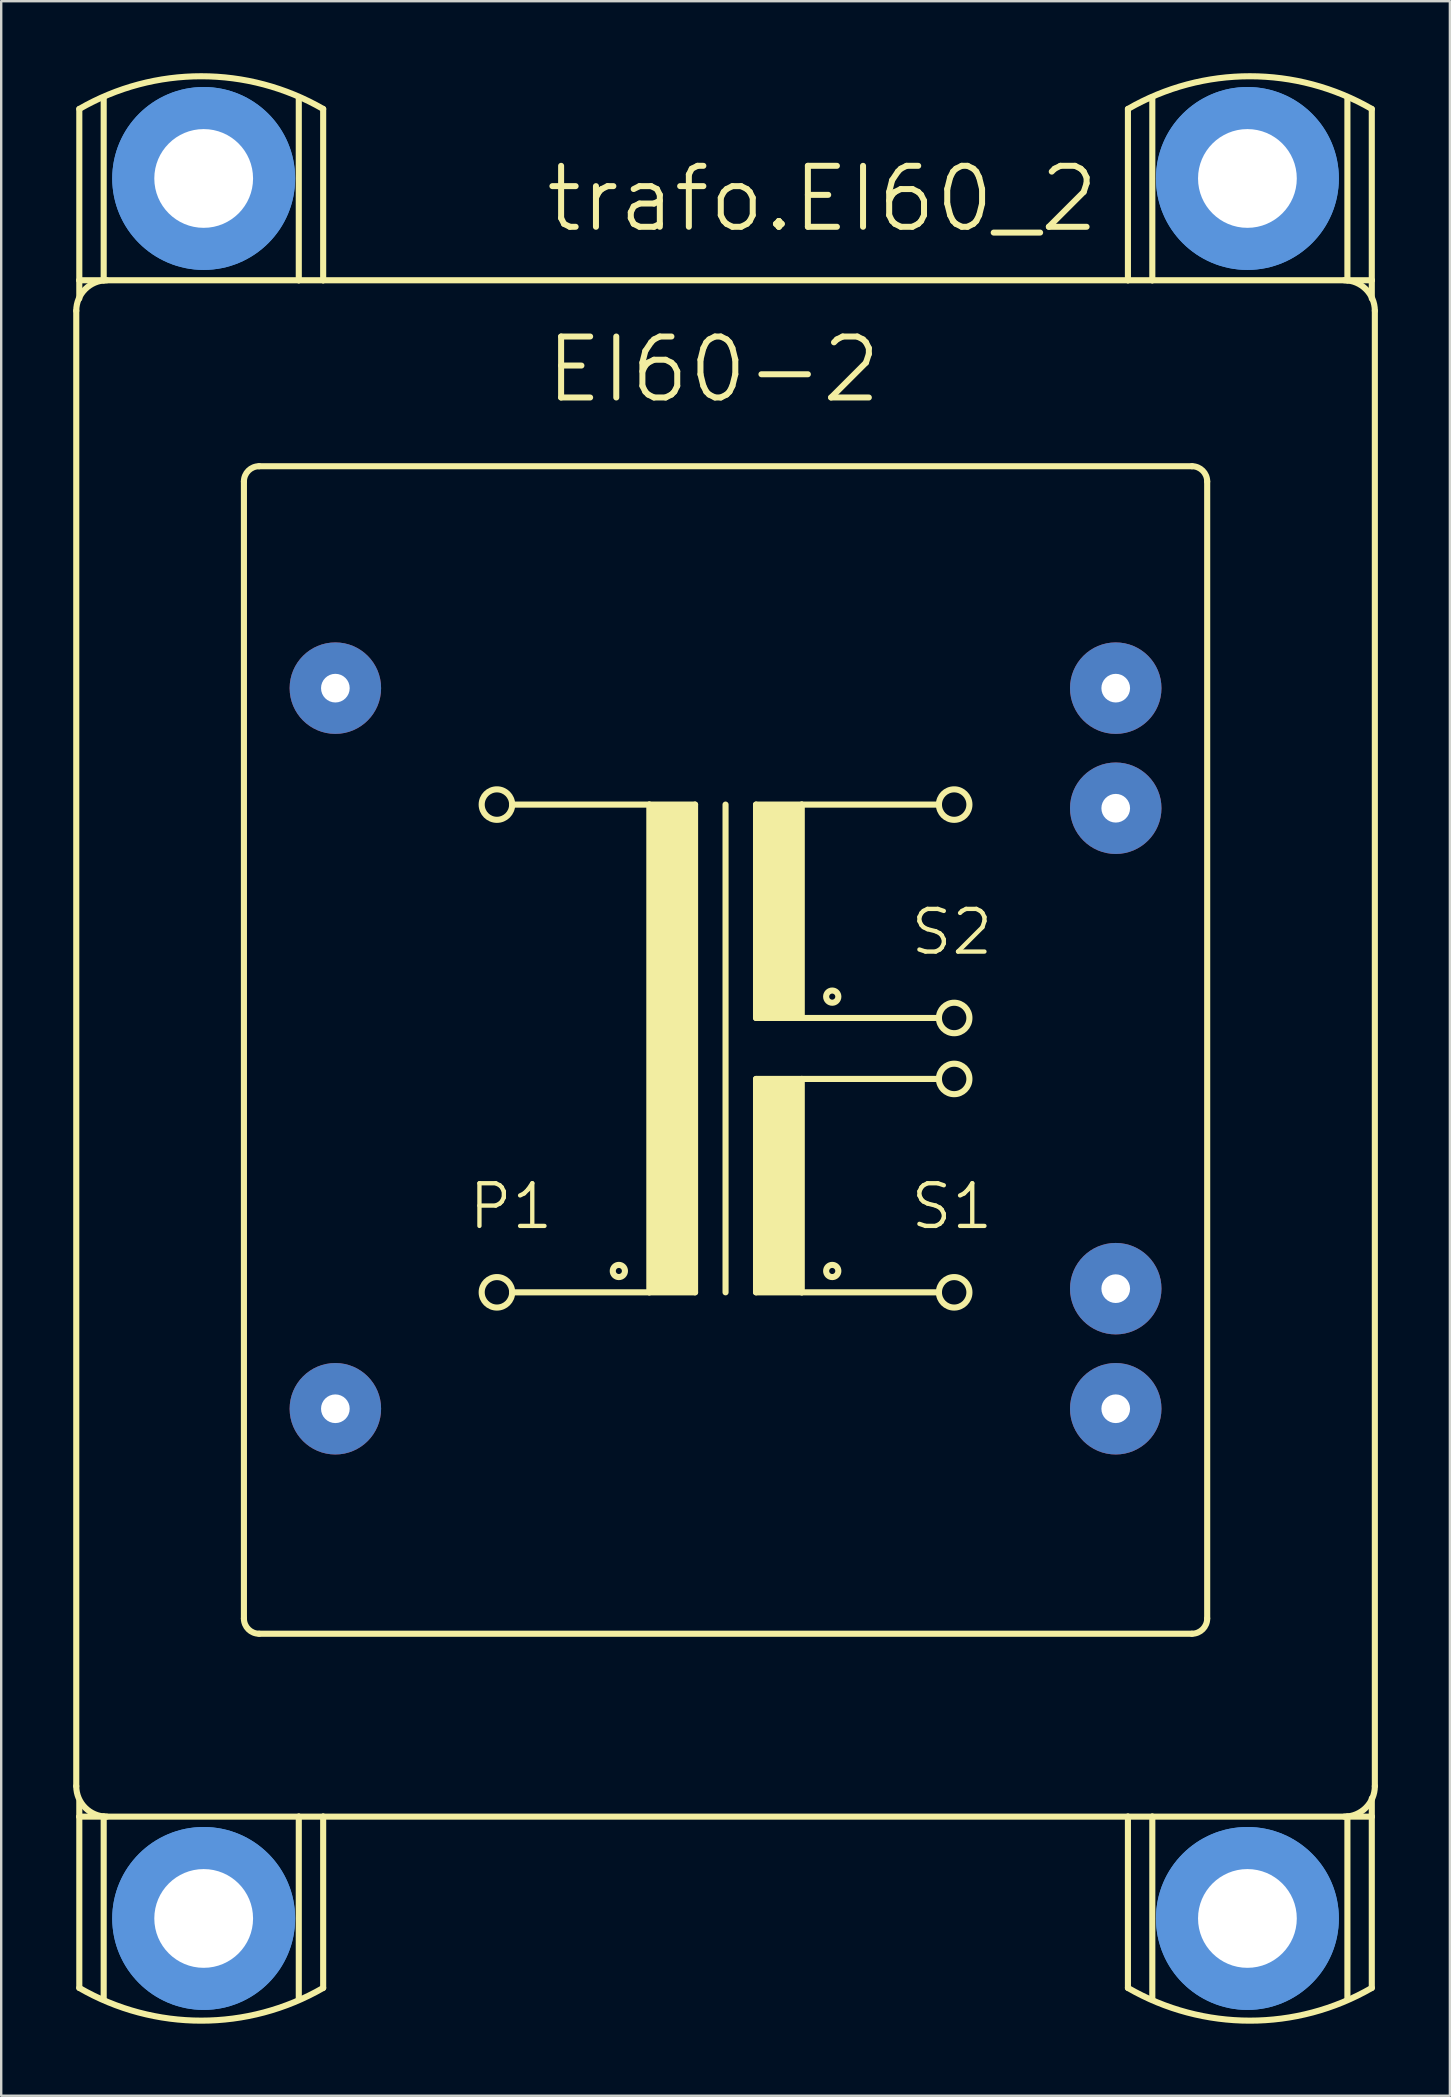
<source format=kicad_pcb>
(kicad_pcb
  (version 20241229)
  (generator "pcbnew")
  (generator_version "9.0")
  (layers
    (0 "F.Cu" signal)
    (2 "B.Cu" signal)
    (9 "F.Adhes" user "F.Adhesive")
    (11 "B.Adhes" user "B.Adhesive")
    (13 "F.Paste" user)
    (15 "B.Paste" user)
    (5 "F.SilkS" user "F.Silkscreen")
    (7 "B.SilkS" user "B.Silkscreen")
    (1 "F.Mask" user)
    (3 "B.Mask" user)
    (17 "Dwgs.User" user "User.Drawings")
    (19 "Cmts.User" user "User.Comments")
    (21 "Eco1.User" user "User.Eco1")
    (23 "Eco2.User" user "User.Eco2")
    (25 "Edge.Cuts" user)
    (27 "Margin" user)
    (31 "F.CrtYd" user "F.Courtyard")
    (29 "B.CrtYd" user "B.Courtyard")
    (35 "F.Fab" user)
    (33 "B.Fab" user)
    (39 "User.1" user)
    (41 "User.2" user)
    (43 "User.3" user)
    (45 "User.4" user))
  (footprint "trafo.EI60_2"
    (layer "F.Cu")
    (at 27.178 40.631)
    (property "Reference" "trafo.EI60_2" (at -7.62 -33.909 0) (layer "F.SilkS") (effects (font (size 2.54 2.54) (thickness 0.25)) (justify left bottom)))
    (attr through_hole)
    (fp_line (start -27.051 30.734) (end -27.051 -30.734) (stroke (width 0.254) (type default)) (layer "F.SilkS"))
    (fp_line (start -26.924 -39.141) (end -26.924 -32.004) (stroke (width 0.254) (type default)) (layer "F.SilkS"))
    (fp_line (start -26.924 -32.004) (end -25.908 -32.004) (stroke (width 0.254) (type default)) (layer "F.SilkS"))
    (fp_line (start -26.924 -31.242) (end -26.924 -32.004) (stroke (width 0.254) (type default)) (layer "F.SilkS"))
    (fp_line (start -26.924 32.004) (end -26.924 31.369) (stroke (width 0.254) (type default)) (layer "F.SilkS"))
    (fp_line (start -26.924 32.004) (end -26.924 39.141) (stroke (width 0.254) (type default)) (layer "F.SilkS"))
    (fp_line (start -26.924 32.004) (end -25.908 32.004) (stroke (width 0.254) (type default)) (layer "F.SilkS"))
    (fp_line (start -25.908 -32.004) (end -25.908 -39.624) (stroke (width 0.254) (type default)) (layer "F.SilkS"))
    (fp_line (start -25.908 -32.004) (end -17.78 -32.004) (stroke (width 0.254) (type default)) (layer "F.SilkS"))
    (fp_line (start -25.908 32.004) (end -25.908 39.624) (stroke (width 0.254) (type default)) (layer "F.SilkS"))
    (fp_line (start -20.066 -23.622) (end -20.066 23.749) (stroke (width 0.254) (type default)) (layer "F.SilkS"))
    (fp_line (start -19.431 -24.257) (end 19.431 -24.257) (stroke (width 0.254) (type default)) (layer "F.SilkS"))
    (fp_line (start -19.431 24.384) (end 19.431 24.384) (stroke (width 0.254) (type default)) (layer "F.SilkS"))
    (fp_line (start -17.78 -32.004) (end -17.78 -39.624) (stroke (width 0.254) (type default)) (layer "F.SilkS"))
    (fp_line (start -17.78 -32.004) (end -16.764 -32.004) (stroke (width 0.254) (type default)) (layer "F.SilkS"))
    (fp_line (start -17.78 32.004) (end -25.908 32.004) (stroke (width 0.254) (type default)) (layer "F.SilkS"))
    (fp_line (start -17.78 32.004) (end -17.78 39.624) (stroke (width 0.254) (type default)) (layer "F.SilkS"))
    (fp_line (start -16.764 -32.004) (end -16.764 -39.141) (stroke (width 0.254) (type default)) (layer "F.SilkS"))
    (fp_line (start -16.764 32.004) (end -17.78 32.004) (stroke (width 0.254) (type default)) (layer "F.SilkS"))
    (fp_line (start -16.764 39.141) (end -16.764 32.004) (stroke (width 0.254) (type default)) (layer "F.SilkS"))
    (fp_line (start -8.89 -10.16) (end -3.175 -10.16) (stroke (width 0.254) (type default)) (layer "F.SilkS"))
    (fp_line (start -3.175 -10.16) (end -3.175 10.16) (stroke (width 0.254) (type default)) (layer "F.SilkS"))
    (fp_line (start -3.175 -10.16) (end -1.27 -10.16) (stroke (width 0.254) (type default)) (layer "F.SilkS"))
    (fp_line (start -3.175 10.16) (end -8.89 10.16) (stroke (width 0.254) (type default)) (layer "F.SilkS"))
    (fp_line (start -1.27 -10.16) (end -1.27 10.16) (stroke (width 0.254) (type default)) (layer "F.SilkS"))
    (fp_line (start -1.27 10.16) (end -3.175 10.16) (stroke (width 0.254) (type default)) (layer "F.SilkS"))
    (fp_line (start 0 -10.16) (end 0 10.16) (stroke (width 0.254) (type default)) (layer "F.SilkS"))
    (fp_line (start 1.27 -10.16) (end 1.27 -1.27) (stroke (width 0.254) (type default)) (layer "F.SilkS"))
    (fp_line (start 1.27 -10.16) (end 3.175 -10.16) (stroke (width 0.254) (type default)) (layer "F.SilkS"))
    (fp_line (start 1.27 -1.27) (end 3.175 -1.27) (stroke (width 0.254) (type default)) (layer "F.SilkS"))
    (fp_line (start 1.27 1.27) (end 1.27 10.16) (stroke (width 0.254) (type default)) (layer "F.SilkS"))
    (fp_line (start 1.27 1.27) (end 3.175 1.27) (stroke (width 0.254) (type default)) (layer "F.SilkS"))
    (fp_line (start 1.27 10.16) (end 3.175 10.16) (stroke (width 0.254) (type default)) (layer "F.SilkS"))
    (fp_line (start 3.175 -10.16) (end 8.89 -10.16) (stroke (width 0.254) (type default)) (layer "F.SilkS"))
    (fp_line (start 3.175 -1.27) (end 3.175 -10.16) (stroke (width 0.254) (type default)) (layer "F.SilkS"))
    (fp_line (start 3.175 -1.27) (end 8.89 -1.27) (stroke (width 0.254) (type default)) (layer "F.SilkS"))
    (fp_line (start 3.175 1.27) (end 8.89 1.27) (stroke (width 0.254) (type default)) (layer "F.SilkS"))
    (fp_line (start 3.175 10.16) (end 3.175 1.27) (stroke (width 0.254) (type default)) (layer "F.SilkS"))
    (fp_line (start 3.175 10.16) (end 8.89 10.16) (stroke (width 0.254) (type default)) (layer "F.SilkS"))
    (fp_line (start 16.764 -39.141) (end 16.764 -32.004) (stroke (width 0.254) (type default)) (layer "F.SilkS"))
    (fp_line (start 16.764 -32.004) (end -16.764 -32.004) (stroke (width 0.254) (type default)) (layer "F.SilkS"))
    (fp_line (start 16.764 -32.004) (end 17.78 -32.004) (stroke (width 0.254) (type default)) (layer "F.SilkS"))
    (fp_line (start 16.764 32.004) (end -16.764 32.004) (stroke (width 0.254) (type default)) (layer "F.SilkS"))
    (fp_line (start 16.764 32.004) (end 16.764 39.141) (stroke (width 0.254) (type default)) (layer "F.SilkS"))
    (fp_line (start 17.78 -32.004) (end 17.78 -39.624) (stroke (width 0.254) (type default)) (layer "F.SilkS"))
    (fp_line (start 17.78 -32.004) (end 25.908 -32.004) (stroke (width 0.254) (type default)) (layer "F.SilkS"))
    (fp_line (start 17.78 32.004) (end 16.764 32.004) (stroke (width 0.254) (type default)) (layer "F.SilkS"))
    (fp_line (start 17.78 32.004) (end 17.78 39.624) (stroke (width 0.254) (type default)) (layer "F.SilkS"))
    (fp_line (start 20.066 23.749) (end 20.066 -23.622) (stroke (width 0.254) (type default)) (layer "F.SilkS"))
    (fp_line (start 25.908 -32.004) (end 25.908 -39.624) (stroke (width 0.254) (type default)) (layer "F.SilkS"))
    (fp_line (start 25.908 -32.004) (end 26.924 -32.004) (stroke (width 0.254) (type default)) (layer "F.SilkS"))
    (fp_line (start 25.908 32.004) (end 17.78 32.004) (stroke (width 0.254) (type default)) (layer "F.SilkS"))
    (fp_line (start 25.908 32.004) (end 25.908 39.624) (stroke (width 0.254) (type default)) (layer "F.SilkS"))
    (fp_line (start 26.924 -32.004) (end 26.924 -39.141) (stroke (width 0.254) (type default)) (layer "F.SilkS"))
    (fp_line (start 26.924 -31.242) (end 26.924 -32.004) (stroke (width 0.254) (type default)) (layer "F.SilkS"))
    (fp_line (start 26.924 32.004) (end 25.908 32.004) (stroke (width 0.254) (type default)) (layer "F.SilkS"))
    (fp_line (start 26.924 32.004) (end 26.924 31.242) (stroke (width 0.254) (type default)) (layer "F.SilkS"))
    (fp_line (start 26.924 39.141) (end 26.924 32.004) (stroke (width 0.254) (type default)) (layer "F.SilkS"))
    (fp_line (start 27.051 -30.734) (end 27.051 30.734) (stroke (width 0.254) (type default)) (layer "F.SilkS"))
    (fp_rect (start -3.175 10.16) (end -1.27 -10.16) (stroke (width 0.05) (type default)) (fill yes) (layer "F.SilkS"))
    (fp_rect (start 1.27 -1.27) (end 3.175 -10.16) (stroke (width 0.05) (type default)) (fill yes) (layer "F.SilkS"))
    (fp_rect (start 1.27 10.16) (end 3.175 1.27) (stroke (width 0.05) (type default)) (fill yes) (layer "F.SilkS"))
    (fp_arc (start -27.051 -30.734) (mid -26.679026 -31.632026) (end -25.781 -32.004) (stroke (width 0.254) (type default)) (layer "F.SilkS"))
    (fp_arc (start -26.924 -39.1414) (mid -21.844 -40.503979) (end -16.764 -39.1414) (stroke (width 0.254) (type default)) (layer "F.SilkS"))
    (fp_arc (start -25.781 32.004) (mid -26.679026 31.632026) (end -27.051 30.734) (stroke (width 0.254) (type default)) (layer "F.SilkS"))
    (fp_arc (start -20.066 -23.622) (mid -19.880013 -24.071013) (end -19.431 -24.257) (stroke (width 0.254) (type default)) (layer "F.SilkS"))
    (fp_arc (start -19.431 24.384) (mid -19.880013 24.198013) (end -20.066 23.749) (stroke (width 0.254) (type default)) (layer "F.SilkS"))
    (fp_arc (start -16.764 39.1414) (mid -21.844 40.503979) (end -26.924 39.1414) (stroke (width 0.254) (type default)) (layer "F.SilkS"))
    (fp_arc (start 16.764 -39.1414) (mid 21.844 -40.503979) (end 26.924 -39.1414) (stroke (width 0.254) (type default)) (layer "F.SilkS"))
    (fp_arc (start 19.431 -24.257) (mid 19.880013 -24.071013) (end 20.066 -23.622) (stroke (width 0.254) (type default)) (layer "F.SilkS"))
    (fp_arc (start 20.066 23.749) (mid 19.880013 24.198013) (end 19.431 24.384) (stroke (width 0.254) (type default)) (layer "F.SilkS"))
    (fp_arc (start 25.781 -32.004) (mid 26.679026 -31.632026) (end 27.051 -30.734) (stroke (width 0.254) (type default)) (layer "F.SilkS"))
    (fp_arc (start 26.924 39.1414) (mid 21.844 40.503979) (end 16.764 39.1414) (stroke (width 0.254) (type default)) (layer "F.SilkS"))
    (fp_arc (start 27.051 30.734) (mid 26.679026 31.632026) (end 25.781 32.004) (stroke (width 0.254) (type default)) (layer "F.SilkS"))
    (fp_circle (center -9.525 -10.16) (end -8.89 -10.16) (stroke (width 0.254) (type default)) (fill no) (layer "F.SilkS"))
    (fp_circle (center -9.525 10.16) (end -8.89 10.16) (stroke (width 0.254) (type default)) (fill no) (layer "F.SilkS"))
    (fp_circle (center -4.445 9.271) (end -4.191 9.271) (stroke (width 0.254) (type default)) (fill no) (layer "F.SilkS"))
    (fp_circle (center 4.445 -2.159) (end 4.699 -2.159) (stroke (width 0.254) (type default)) (fill no) (layer "F.SilkS"))
    (fp_circle (center 4.445 9.271) (end 4.699 9.271) (stroke (width 0.254) (type default)) (fill no) (layer "F.SilkS"))
    (fp_circle (center 9.525 -10.16) (end 10.16 -10.16) (stroke (width 0.254) (type default)) (fill no) (layer "F.SilkS"))
    (fp_circle (center 9.525 -1.27) (end 10.16 -1.27) (stroke (width 0.254) (type default)) (fill no) (layer "F.SilkS"))
    (fp_circle (center 9.525 1.27) (end 10.16 1.27) (stroke (width 0.254) (type default)) (fill no) (layer "F.SilkS"))
    (fp_circle (center 9.525 10.16) (end 10.16 10.16) (stroke (width 0.254) (type default)) (fill no) (layer "F.SilkS"))
    (fp_circle (center -21.742 -36.246) (end -18.821 -36.246) (stroke (width 1.778) (type default)) (fill no) (layer "Cmts.User"))
    (fp_circle (center -21.742 -36.246) (end -18.821 -36.246) (stroke (width 1.778) (type default)) (fill no) (layer "Cmts.User"))
    (fp_circle (center -21.742 36.246) (end -18.821 36.246) (stroke (width 1.778) (type default)) (fill no) (layer "Cmts.User"))
    (fp_circle (center -21.742 36.246) (end -18.821 36.246) (stroke (width 1.778) (type default)) (fill no) (layer "Cmts.User"))
    (fp_circle (center 21.742 -36.246) (end 24.663 -36.246) (stroke (width 1.778) (type default)) (fill no) (layer "Cmts.User"))
    (fp_circle (center 21.742 -36.246) (end 24.663 -36.246) (stroke (width 1.778) (type default)) (fill no) (layer "Cmts.User"))
    (fp_circle (center 21.742 36.246) (end 24.663 36.246) (stroke (width 1.778) (type default)) (fill no) (layer "Cmts.User"))
    (fp_circle (center 21.742 36.246) (end 24.663 36.246) (stroke (width 1.778) (type default)) (fill no) (layer "Cmts.User"))
    (fp_text user "S2" (at 7.62 -3.81 0) (layer "F.SilkS") (effects (font (size 1.778 1.778) (thickness 0.18)) (justify left bottom)))
    (fp_text user "P1" (at -10.795 7.62 0) (layer "F.SilkS") (effects (font (size 1.778 1.778) (thickness 0.18)) (justify left bottom)))
    (fp_text user "S1" (at 7.62 7.62 0) (layer "F.SilkS") (effects (font (size 1.778 1.778) (thickness 0.18)) (justify left bottom)))
    (fp_text user "EI60-2" (at -7.62 -26.797 0) (layer "F.SilkS") (effects (font (size 2.54 2.54) (thickness 0.25)) (justify left bottom)))
    (pad "" np_thru_hole circle (at -21.742 -36.246) (size 4.115 4.115) (drill 4.115) (layers "*.Cu" "*.Mask"))
    (pad "" np_thru_hole circle (at -21.742 36.246) (size 4.115 4.115) (drill 4.115) (layers "*.Cu" "*.Mask"))
    (pad "" np_thru_hole circle (at 21.742 -36.246) (size 4.115 4.115) (drill 4.115) (layers "*.Cu" "*.Mask"))
    (pad "" np_thru_hole circle (at 21.742 36.246) (size 4.115 4.115) (drill 4.115) (layers "*.Cu" "*.Mask"))
    (pad "1" thru_hole circle (at -16.256 -15.011) (size 3.81 3.81) (drill 1.194) (layers "*.Cu" "*.Mask"))
    (pad "7" thru_hole circle (at -16.256 15.011) (size 3.81 3.81) (drill 1.194) (layers "*.Cu" "*.Mask"))
    (pad "8" thru_hole circle (at 16.256 15.011) (size 3.81 3.81) (drill 1.194) (layers "*.Cu" "*.Mask"))
    (pad "9" thru_hole circle (at 16.256 10.008) (size 3.81 3.81) (drill 1.194) (layers "*.Cu" "*.Mask"))
    (pad "13" thru_hole circle (at 16.256 -10.008) (size 3.81 3.81) (drill 1.194) (layers "*.Cu" "*.Mask"))
    (pad "14" thru_hole circle (at 16.256 -15.011) (size 3.81 3.81) (drill 1.194) (layers "*.Cu" "*.Mask")))
  (gr_rect
    (start -3 -3)
    (end 57.356 84.262)
    (stroke (width 0.1) (type default))
    (fill no)
    (layer "Edge.Cuts")))
</source>
